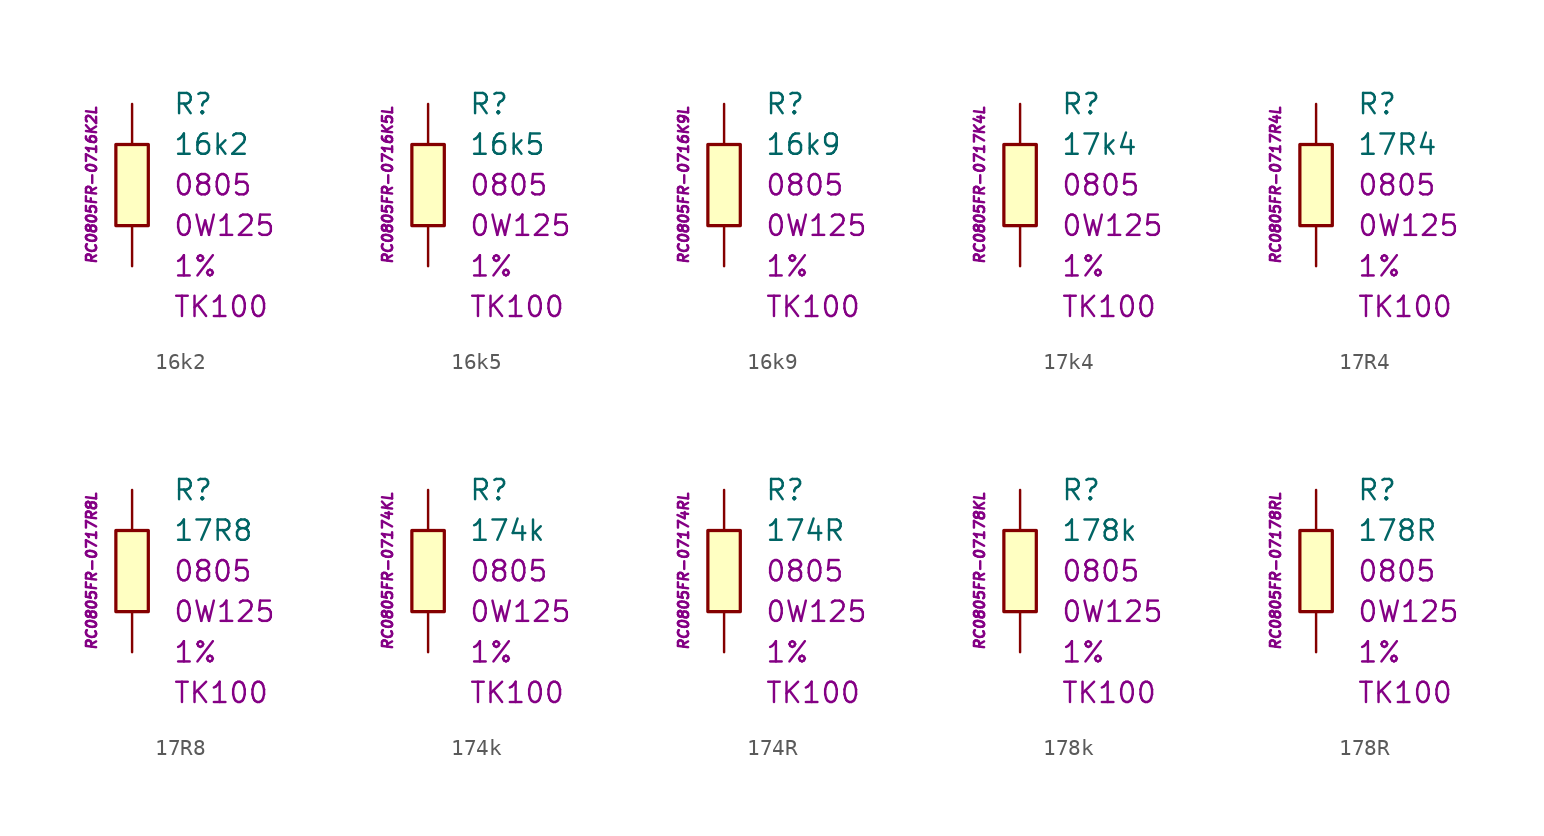
<source format=kicad_sym>
(kicad_symbol_lib
  (version 20201005)
  (generator kicad_symbol_editor)
  (symbol "16k2"
    (pin_numbers hide)
    (pin_names
      (offset 1.016) hide)
    (property "Reference" "R"
      (at 2.54 5.08 0)
      (effects (font (size 1.27 1.27)) (justify left)))
    (property "Value" "16k2"
      (at 2.54 2.54 0)
      (effects (font (size 1.27 1.27)) (justify left)))
    (property "Package" "0805"
      (at 2.54 0 0)
      (effects (font (size 1.27 1.27)) (justify left)))
    (property "Power" "0W125"
      (at 2.54 -2.54 0)
      (effects (font (size 1.27 1.27)) (justify left)))
    (property "Tolerance" "1%"
      (at 2.54 -5.08 0)
      (effects (font (size 1.27 1.27)) (justify left)))
    (property "TK" "TK100"
      (at 2.54 -7.62 0)
      (effects (font (size 1.27 1.27)) (justify left)))
    (property "ID" "RC0805FR-0716K2L"
      (at -2.54 0 90)
      (effects (font (size 0.635 0.635) italic)))
    (symbol "16k2_0_1"
      (rectangle (start -1.016 2.54) (end 1.016 -2.54) (stroke (width 0.203)) (fill (type background))))
    (symbol "16k2_1_1"
      (pin passive line (at 0 5.08 270) (length 2.54) (name "~" (effects (font (size 1.778 1.778)))) (number "1" (effects (font (size 1.778 1.778)))))
      (pin passive line (at 0 -5.08 90) (length 2.54) (name "~" (effects (font (size 1.778 1.778)))) (number "2" (effects (font (size 1.778 1.778)))))))
  (symbol "16k5"
    (pin_numbers hide)
    (pin_names
      (offset 1.016) hide)
    (property "Reference" "R"
      (at 2.54 5.08 0)
      (effects (font (size 1.27 1.27)) (justify left)))
    (property "Value" "16k5"
      (at 2.54 2.54 0)
      (effects (font (size 1.27 1.27)) (justify left)))
    (property "Package" "0805"
      (at 2.54 0 0)
      (effects (font (size 1.27 1.27)) (justify left)))
    (property "Power" "0W125"
      (at 2.54 -2.54 0)
      (effects (font (size 1.27 1.27)) (justify left)))
    (property "Tolerance" "1%"
      (at 2.54 -5.08 0)
      (effects (font (size 1.27 1.27)) (justify left)))
    (property "TK" "TK100"
      (at 2.54 -7.62 0)
      (effects (font (size 1.27 1.27)) (justify left)))
    (property "ID" "RC0805FR-0716K5L"
      (at -2.54 0 90)
      (effects (font (size 0.635 0.635) italic)))
    (symbol "16k5_0_1"
      (rectangle (start -1.016 2.54) (end 1.016 -2.54) (stroke (width 0.203)) (fill (type background))))
    (symbol "16k5_1_1"
      (pin passive line (at 0 5.08 270) (length 2.54) (name "~" (effects (font (size 1.778 1.778)))) (number "1" (effects (font (size 1.778 1.778)))))
      (pin passive line (at 0 -5.08 90) (length 2.54) (name "~" (effects (font (size 1.778 1.778)))) (number "2" (effects (font (size 1.778 1.778)))))))
  (symbol "16k9"
    (pin_numbers hide)
    (pin_names
      (offset 1.016) hide)
    (property "Reference" "R"
      (at 2.54 5.08 0)
      (effects (font (size 1.27 1.27)) (justify left)))
    (property "Value" "16k9"
      (at 2.54 2.54 0)
      (effects (font (size 1.27 1.27)) (justify left)))
    (property "Package" "0805"
      (at 2.54 0 0)
      (effects (font (size 1.27 1.27)) (justify left)))
    (property "Power" "0W125"
      (at 2.54 -2.54 0)
      (effects (font (size 1.27 1.27)) (justify left)))
    (property "Tolerance" "1%"
      (at 2.54 -5.08 0)
      (effects (font (size 1.27 1.27)) (justify left)))
    (property "TK" "TK100"
      (at 2.54 -7.62 0)
      (effects (font (size 1.27 1.27)) (justify left)))
    (property "ID" "RC0805FR-0716K9L"
      (at -2.54 0 90)
      (effects (font (size 0.635 0.635) italic)))
    (symbol "16k9_0_1"
      (rectangle (start -1.016 2.54) (end 1.016 -2.54) (stroke (width 0.203)) (fill (type background))))
    (symbol "16k9_1_1"
      (pin passive line (at 0 5.08 270) (length 2.54) (name "~" (effects (font (size 1.778 1.778)))) (number "1" (effects (font (size 1.778 1.778)))))
      (pin passive line (at 0 -5.08 90) (length 2.54) (name "~" (effects (font (size 1.778 1.778)))) (number "2" (effects (font (size 1.778 1.778)))))))
  (symbol "17k4"
    (pin_numbers hide)
    (pin_names
      (offset 1.016) hide)
    (property "Reference" "R"
      (at 2.54 5.08 0)
      (effects (font (size 1.27 1.27)) (justify left)))
    (property "Value" "17k4"
      (at 2.54 2.54 0)
      (effects (font (size 1.27 1.27)) (justify left)))
    (property "Package" "0805"
      (at 2.54 0 0)
      (effects (font (size 1.27 1.27)) (justify left)))
    (property "Power" "0W125"
      (at 2.54 -2.54 0)
      (effects (font (size 1.27 1.27)) (justify left)))
    (property "Tolerance" "1%"
      (at 2.54 -5.08 0)
      (effects (font (size 1.27 1.27)) (justify left)))
    (property "TK" "TK100"
      (at 2.54 -7.62 0)
      (effects (font (size 1.27 1.27)) (justify left)))
    (property "ID" "RC0805FR-0717K4L"
      (at -2.54 0 90)
      (effects (font (size 0.635 0.635) italic)))
    (symbol "17k4_0_1"
      (rectangle (start -1.016 2.54) (end 1.016 -2.54) (stroke (width 0.203)) (fill (type background))))
    (symbol "17k4_1_1"
      (pin passive line (at 0 5.08 270) (length 2.54) (name "~" (effects (font (size 1.778 1.778)))) (number "1" (effects (font (size 1.778 1.778)))))
      (pin passive line (at 0 -5.08 90) (length 2.54) (name "~" (effects (font (size 1.778 1.778)))) (number "2" (effects (font (size 1.778 1.778)))))))
  (symbol "17R4"
    (pin_numbers hide)
    (pin_names
      (offset 1.016) hide)
    (property "Reference" "R"
      (at 2.54 5.08 0)
      (effects (font (size 1.27 1.27)) (justify left)))
    (property "Value" "17R4"
      (at 2.54 2.54 0)
      (effects (font (size 1.27 1.27)) (justify left)))
    (property "Package" "0805"
      (at 2.54 0 0)
      (effects (font (size 1.27 1.27)) (justify left)))
    (property "Power" "0W125"
      (at 2.54 -2.54 0)
      (effects (font (size 1.27 1.27)) (justify left)))
    (property "Tolerance" "1%"
      (at 2.54 -5.08 0)
      (effects (font (size 1.27 1.27)) (justify left)))
    (property "TK" "TK100"
      (at 2.54 -7.62 0)
      (effects (font (size 1.27 1.27)) (justify left)))
    (property "ID" "RC0805FR-0717R4L"
      (at -2.54 0 90)
      (effects (font (size 0.635 0.635) italic)))
    (symbol "17R4_0_1"
      (rectangle (start -1.016 2.54) (end 1.016 -2.54) (stroke (width 0.203)) (fill (type background))))
    (symbol "17R4_1_1"
      (pin passive line (at 0 5.08 270) (length 2.54) (name "~" (effects (font (size 1.778 1.778)))) (number "1" (effects (font (size 1.778 1.778)))))
      (pin passive line (at 0 -5.08 90) (length 2.54) (name "~" (effects (font (size 1.778 1.778)))) (number "2" (effects (font (size 1.778 1.778)))))))
  (symbol "17R8"
    (pin_numbers hide)
    (pin_names
      (offset 1.016) hide)
    (property "Reference" "R"
      (at 2.54 5.08 0)
      (effects (font (size 1.27 1.27)) (justify left)))
    (property "Value" "17R8"
      (at 2.54 2.54 0)
      (effects (font (size 1.27 1.27)) (justify left)))
    (property "Package" "0805"
      (at 2.54 0 0)
      (effects (font (size 1.27 1.27)) (justify left)))
    (property "Power" "0W125"
      (at 2.54 -2.54 0)
      (effects (font (size 1.27 1.27)) (justify left)))
    (property "Tolerance" "1%"
      (at 2.54 -5.08 0)
      (effects (font (size 1.27 1.27)) (justify left)))
    (property "TK" "TK100"
      (at 2.54 -7.62 0)
      (effects (font (size 1.27 1.27)) (justify left)))
    (property "ID" "RC0805FR-0717R8L"
      (at -2.54 0 90)
      (effects (font (size 0.635 0.635) italic)))
    (symbol "17R8_0_1"
      (rectangle (start -1.016 2.54) (end 1.016 -2.54) (stroke (width 0.203)) (fill (type background))))
    (symbol "17R8_1_1"
      (pin passive line (at 0 5.08 270) (length 2.54) (name "~" (effects (font (size 1.778 1.778)))) (number "1" (effects (font (size 1.778 1.778)))))
      (pin passive line (at 0 -5.08 90) (length 2.54) (name "~" (effects (font (size 1.778 1.778)))) (number "2" (effects (font (size 1.778 1.778)))))))
  (symbol "174k"
    (pin_numbers hide)
    (pin_names
      (offset 1.016) hide)
    (property "Reference" "R"
      (at 2.54 5.08 0)
      (effects (font (size 1.27 1.27)) (justify left)))
    (property "Value" "174k"
      (at 2.54 2.54 0)
      (effects (font (size 1.27 1.27)) (justify left)))
    (property "Package" "0805"
      (at 2.54 0 0)
      (effects (font (size 1.27 1.27)) (justify left)))
    (property "Power" "0W125"
      (at 2.54 -2.54 0)
      (effects (font (size 1.27 1.27)) (justify left)))
    (property "Tolerance" "1%"
      (at 2.54 -5.08 0)
      (effects (font (size 1.27 1.27)) (justify left)))
    (property "TK" "TK100"
      (at 2.54 -7.62 0)
      (effects (font (size 1.27 1.27)) (justify left)))
    (property "ID" "RC0805FR-07174KL"
      (at -2.54 0 90)
      (effects (font (size 0.635 0.635) italic)))
    (symbol "174k_0_1"
      (rectangle (start -1.016 2.54) (end 1.016 -2.54) (stroke (width 0.203)) (fill (type background))))
    (symbol "174k_1_1"
      (pin passive line (at 0 5.08 270) (length 2.54) (name "~" (effects (font (size 1.778 1.778)))) (number "1" (effects (font (size 1.778 1.778)))))
      (pin passive line (at 0 -5.08 90) (length 2.54) (name "~" (effects (font (size 1.778 1.778)))) (number "2" (effects (font (size 1.778 1.778)))))))
  (symbol "174R"
    (pin_numbers hide)
    (pin_names
      (offset 1.016) hide)
    (property "Reference" "R"
      (at 2.54 5.08 0)
      (effects (font (size 1.27 1.27)) (justify left)))
    (property "Value" "174R"
      (at 2.54 2.54 0)
      (effects (font (size 1.27 1.27)) (justify left)))
    (property "Package" "0805"
      (at 2.54 0 0)
      (effects (font (size 1.27 1.27)) (justify left)))
    (property "Power" "0W125"
      (at 2.54 -2.54 0)
      (effects (font (size 1.27 1.27)) (justify left)))
    (property "Tolerance" "1%"
      (at 2.54 -5.08 0)
      (effects (font (size 1.27 1.27)) (justify left)))
    (property "TK" "TK100"
      (at 2.54 -7.62 0)
      (effects (font (size 1.27 1.27)) (justify left)))
    (property "ID" "RC0805FR-07174RL"
      (at -2.54 0 90)
      (effects (font (size 0.635 0.635) italic)))
    (symbol "174R_0_1"
      (rectangle (start -1.016 2.54) (end 1.016 -2.54) (stroke (width 0.203)) (fill (type background))))
    (symbol "174R_1_1"
      (pin passive line (at 0 5.08 270) (length 2.54) (name "~" (effects (font (size 1.778 1.778)))) (number "1" (effects (font (size 1.778 1.778)))))
      (pin passive line (at 0 -5.08 90) (length 2.54) (name "~" (effects (font (size 1.778 1.778)))) (number "2" (effects (font (size 1.778 1.778)))))))
  (symbol "178k"
    (pin_numbers hide)
    (pin_names
      (offset 1.016) hide)
    (property "Reference" "R"
      (at 2.54 5.08 0)
      (effects (font (size 1.27 1.27)) (justify left)))
    (property "Value" "178k"
      (at 2.54 2.54 0)
      (effects (font (size 1.27 1.27)) (justify left)))
    (property "Package" "0805"
      (at 2.54 0 0)
      (effects (font (size 1.27 1.27)) (justify left)))
    (property "Power" "0W125"
      (at 2.54 -2.54 0)
      (effects (font (size 1.27 1.27)) (justify left)))
    (property "Tolerance" "1%"
      (at 2.54 -5.08 0)
      (effects (font (size 1.27 1.27)) (justify left)))
    (property "TK" "TK100"
      (at 2.54 -7.62 0)
      (effects (font (size 1.27 1.27)) (justify left)))
    (property "ID" "RC0805FR-07178KL"
      (at -2.54 0 90)
      (effects (font (size 0.635 0.635) italic)))
    (symbol "178k_0_1"
      (rectangle (start -1.016 2.54) (end 1.016 -2.54) (stroke (width 0.203)) (fill (type background))))
    (symbol "178k_1_1"
      (pin passive line (at 0 5.08 270) (length 2.54) (name "~" (effects (font (size 1.778 1.778)))) (number "1" (effects (font (size 1.778 1.778)))))
      (pin passive line (at 0 -5.08 90) (length 2.54) (name "~" (effects (font (size 1.778 1.778)))) (number "2" (effects (font (size 1.778 1.778)))))))
  (symbol "178R"
    (pin_numbers hide)
    (pin_names
      (offset 1.016) hide)
    (property "Reference" "R"
      (at 2.54 5.08 0)
      (effects (font (size 1.27 1.27)) (justify left)))
    (property "Value" "178R"
      (at 2.54 2.54 0)
      (effects (font (size 1.27 1.27)) (justify left)))
    (property "Package" "0805"
      (at 2.54 0 0)
      (effects (font (size 1.27 1.27)) (justify left)))
    (property "Power" "0W125"
      (at 2.54 -2.54 0)
      (effects (font (size 1.27 1.27)) (justify left)))
    (property "Tolerance" "1%"
      (at 2.54 -5.08 0)
      (effects (font (size 1.27 1.27)) (justify left)))
    (property "TK" "TK100"
      (at 2.54 -7.62 0)
      (effects (font (size 1.27 1.27)) (justify left)))
    (property "ID" "RC0805FR-07178RL"
      (at -2.54 0 90)
      (effects (font (size 0.635 0.635) italic)))
    (symbol "178R_0_1"
      (rectangle (start -1.016 2.54) (end 1.016 -2.54) (stroke (width 0.203)) (fill (type background))))
    (symbol "178R_1_1"
      (pin passive line (at 0 5.08 270) (length 2.54) (name "~" (effects (font (size 1.778 1.778)))) (number "1" (effects (font (size 1.778 1.778)))))
      (pin passive line (at 0 -5.08 90) (length 2.54) (name "~" (effects (font (size 1.778 1.778)))) (number "2" (effects (font (size 1.778 1.778))))))))
</source>
